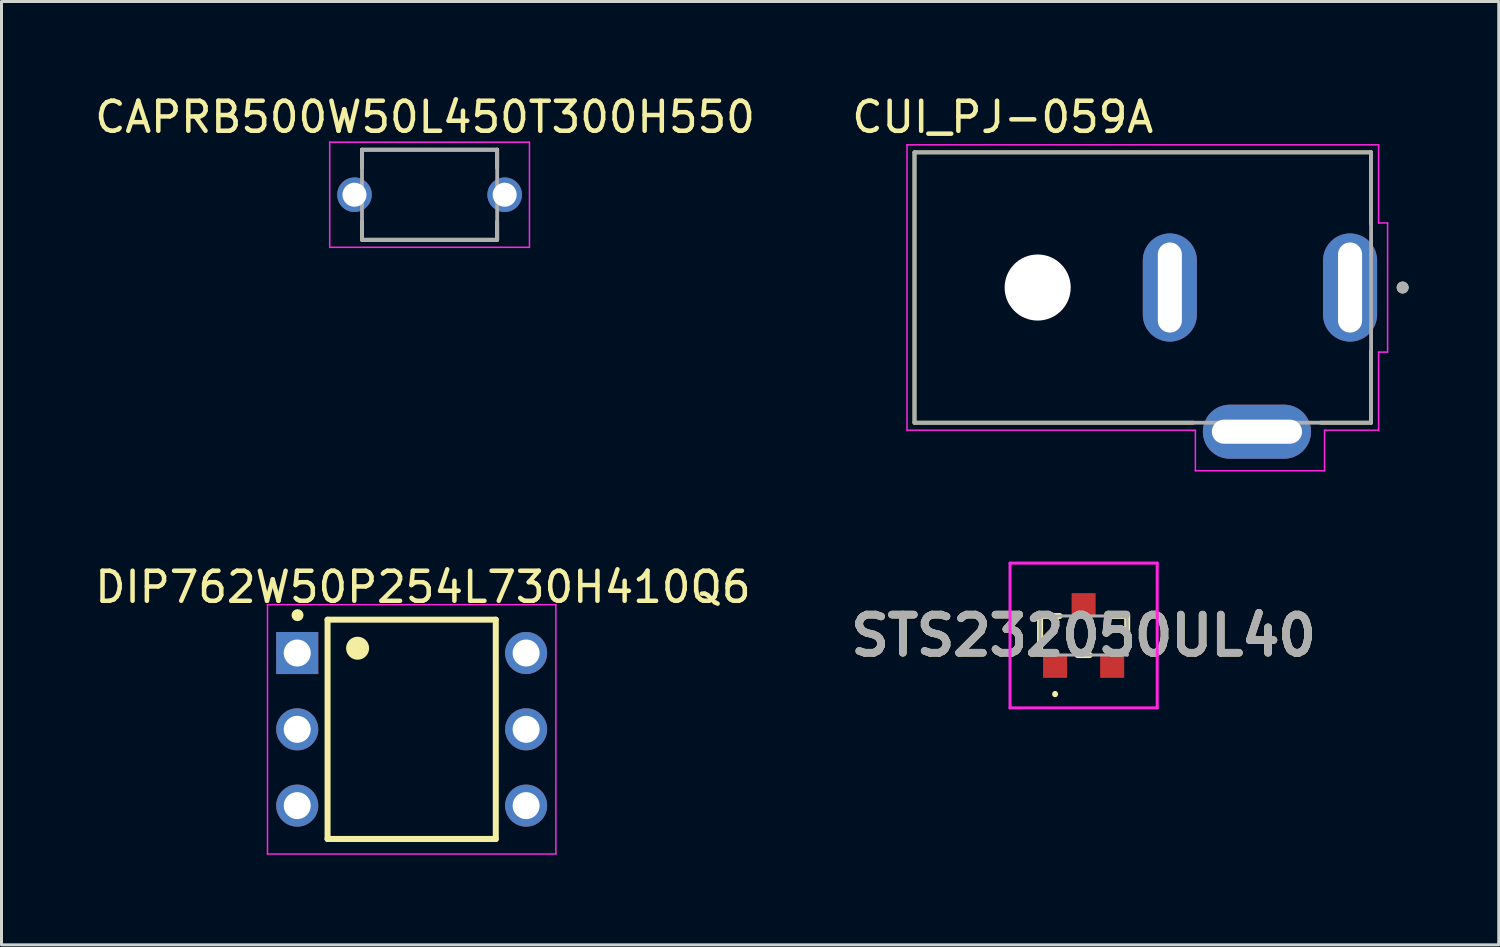
<source format=kicad_pcb>
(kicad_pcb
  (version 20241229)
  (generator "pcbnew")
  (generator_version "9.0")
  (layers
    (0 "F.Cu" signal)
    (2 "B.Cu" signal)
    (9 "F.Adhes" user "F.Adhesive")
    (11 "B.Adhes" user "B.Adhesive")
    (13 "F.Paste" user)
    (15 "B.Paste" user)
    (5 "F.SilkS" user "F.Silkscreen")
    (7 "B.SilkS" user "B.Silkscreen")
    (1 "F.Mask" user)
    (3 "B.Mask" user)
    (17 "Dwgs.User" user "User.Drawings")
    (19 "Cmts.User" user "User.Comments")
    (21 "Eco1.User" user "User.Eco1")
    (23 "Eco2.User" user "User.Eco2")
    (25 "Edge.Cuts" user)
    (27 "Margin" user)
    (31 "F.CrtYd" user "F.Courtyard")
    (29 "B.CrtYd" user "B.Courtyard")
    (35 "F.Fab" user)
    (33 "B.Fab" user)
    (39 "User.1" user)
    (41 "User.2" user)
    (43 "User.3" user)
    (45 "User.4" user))
  (footprint "STS232050UL40"
    (layer "F.Cu")
    (at 33.025 18.107)
    (property "Reference" "STS232050UL40" (at 0 0 0) (layer "F.SilkS") (effects (font (size 1.27 1.27) (thickness 0.254))))
    (attr smd)
    (fp_line (start -1.45 -0.65) (end -0.8 -0.65) (stroke (width 0.2) (type solid)) (layer "F.SilkS"))
    (fp_line (start -1.45 0.4) (end -1.45 -0.65) (stroke (width 0.2) (type solid)) (layer "F.SilkS"))
    (fp_line (start -0.95 1.9) (end -0.95 1.9) (stroke (width 0.1) (type solid)) (layer "F.SilkS"))
    (fp_line (start -0.95 2) (end -0.95 2) (stroke (width 0.1) (type solid)) (layer "F.SilkS"))
    (fp_line (start -0.2 0.65) (end 0.2 0.65) (stroke (width 0.2) (type solid)) (layer "F.SilkS"))
    (fp_line (start 0.8 -0.65) (end 1.45 -0.65) (stroke (width 0.2) (type solid)) (layer "F.SilkS"))
    (fp_line (start 1.45 -0.65) (end 1.45 0.4) (stroke (width 0.2) (type solid)) (layer "F.SilkS"))
    (fp_arc (start -0.95 1.9) (mid -0.9 1.95) (end -0.95 2) (stroke (width 0.1) (type solid)) (layer "F.SilkS"))
    (fp_arc (start -0.95 2) (mid -1 1.95) (end -0.95 1.9) (stroke (width 0.1) (type solid)) (layer "F.SilkS"))
    (fp_line (start -2.45 -2.41) (end 2.45 -2.41) (stroke (width 0.1) (type solid)) (layer "F.CrtYd"))
    (fp_line (start -2.45 2.41) (end -2.45 -2.41) (stroke (width 0.1) (type solid)) (layer "F.CrtYd"))
    (fp_line (start 2.45 -2.41) (end 2.45 2.41) (stroke (width 0.1) (type solid)) (layer "F.CrtYd"))
    (fp_line (start 2.45 2.41) (end -2.45 2.41) (stroke (width 0.1) (type solid)) (layer "F.CrtYd"))
    (fp_line (start -1.45 -0.65) (end -1.45 0.65) (stroke (width 0.1) (type solid)) (layer "F.Fab"))
    (fp_line (start -1.45 0.65) (end 1.45 0.65) (stroke (width 0.1) (type solid)) (layer "F.Fab"))
    (fp_line (start 1.45 -0.65) (end -1.45 -0.65) (stroke (width 0.1) (type solid)) (layer "F.Fab"))
    (fp_line (start 1.45 0.65) (end 1.45 -0.65) (stroke (width 0.1) (type solid)) (layer "F.Fab"))
    (fp_text user "${REFERENCE}" (at 0 0 0) (layer "F.Fab") (effects (font (size 1.27 1.27) (thickness 0.254))))
    (pad "1" smd rect (at -0.95 1.01 90) (size 0.8 0.8) (layers "F.Cu" "F.Mask" "F.Paste"))
    (pad "2" smd rect (at 0.95 1.01 90) (size 0.8 0.8) (layers "F.Cu" "F.Mask" "F.Paste"))
    (pad "3" smd rect (at 0 -1.01 90) (size 0.8 0.8) (layers "F.Cu" "F.Mask" "F.Paste")))
  (footprint "CUI_PJ-059A"
    (layer "F.Cu")
    (at 41.895 6.522)
    (property "Reference" "CUI_PJ-059A" (at -11.562 -5.673 0) (layer "F.SilkS") (effects (font (size 1.001 1.001) (thickness 0.15))))
    (attr through_hole)
    (fp_line (start -14.5 -4.5) (end 0.7 -4.5) (stroke (width 0.127) (type solid)) (layer "F.SilkS"))
    (fp_line (start -14.5 4.5) (end -14.5 -4.5) (stroke (width 0.127) (type solid)) (layer "F.SilkS"))
    (fp_line (start -5.22 4.5) (end -14.5 4.5) (stroke (width 0.127) (type solid)) (layer "F.SilkS"))
    (fp_line (start 0.7 -4.5) (end 0.7 -2.12) (stroke (width 0.127) (type solid)) (layer "F.SilkS"))
    (fp_line (start 0.7 2.12) (end 0.7 4.5) (stroke (width 0.127) (type solid)) (layer "F.SilkS"))
    (fp_line (start 0.7 4.5) (end -0.98 4.5) (stroke (width 0.127) (type solid)) (layer "F.SilkS"))
    (fp_circle (center 1.75 0) (end 1.85 0) (stroke (width 0.2) (type solid)) (fill no) (layer "F.SilkS"))
    (fp_line (start -14.75 -4.75) (end 0.95 -4.75) (stroke (width 0.05) (type solid)) (layer "F.CrtYd"))
    (fp_line (start -14.75 4.75) (end -14.75 -4.75) (stroke (width 0.05) (type solid)) (layer "F.CrtYd"))
    (fp_line (start -5.15 4.75) (end -14.75 4.75) (stroke (width 0.05) (type solid)) (layer "F.CrtYd"))
    (fp_line (start -5.15 6.1) (end -5.15 4.75) (stroke (width 0.05) (type solid)) (layer "F.CrtYd"))
    (fp_line (start -0.85 4.75) (end -0.85 6.1) (stroke (width 0.05) (type solid)) (layer "F.CrtYd"))
    (fp_line (start -0.85 6.1) (end -5.15 6.1) (stroke (width 0.05) (type solid)) (layer "F.CrtYd"))
    (fp_line (start 0.95 -4.75) (end 0.95 -2.15) (stroke (width 0.05) (type solid)) (layer "F.CrtYd"))
    (fp_line (start 0.95 2.15) (end 0.95 4.75) (stroke (width 0.05) (type solid)) (layer "F.CrtYd"))
    (fp_line (start 0.95 2.15) (end 1.25 2.15) (stroke (width 0.05) (type solid)) (layer "F.CrtYd"))
    (fp_line (start 0.95 4.75) (end -0.85 4.75) (stroke (width 0.05) (type solid)) (layer "F.CrtYd"))
    (fp_line (start 1.25 -2.15) (end 0.95 -2.15) (stroke (width 0.05) (type solid)) (layer "F.CrtYd"))
    (fp_line (start 1.25 2.15) (end 1.25 -2.15) (stroke (width 0.05) (type solid)) (layer "F.CrtYd"))
    (fp_line (start -14.5 -4.5) (end 0.7 -4.5) (stroke (width 0.127) (type solid)) (layer "F.Fab"))
    (fp_line (start -14.5 4.5) (end -14.5 -4.5) (stroke (width 0.127) (type solid)) (layer "F.Fab"))
    (fp_line (start 0.7 -4.5) (end 0.7 4.5) (stroke (width 0.127) (type solid)) (layer "F.Fab"))
    (fp_line (start 0.7 4.5) (end -14.5 4.5) (stroke (width 0.127) (type solid)) (layer "F.Fab"))
    (fp_circle (center 1.75 0) (end 1.85 0) (stroke (width 0.2) (type solid)) (fill no) (layer "F.Fab"))
    (pad "" np_thru_hole circle (at -10.4 0) (size 2.2 2.2) (drill 2.2) (layers "*.Cu" "*.Mask"))
    (pad "1" thru_hole oval (at 0 0) (size 1.8 3.6) (drill oval 0.8 3) (layers "*.Cu" "*.Mask"))
    (pad "2" thru_hole oval (at -6 0) (size 1.8 3.6) (drill oval 0.8 3) (layers "*.Cu" "*.Mask"))
    (pad "3" thru_hole oval (at -3.1 4.8) (size 3.6 1.8) (drill oval 3 0.8) (layers "*.Cu" "*.Mask")))
  (footprint "DIP762W50P254L730H410Q6"
    (layer "F.Cu")
    (at 10.655 21.23)
    (property "Reference" "DIP762W50P254L730H410Q6" (at 0.375 -4.735 0) (layer "F.SilkS") (effects (font (size 1 1) (thickness 0.15))))
    (attr through_hole)
    (fp_line (start -2.8 -3.65) (end 2.8 -3.65) (stroke (width 0.2) (type solid)) (layer "F.SilkS"))
    (fp_line (start -2.8 3.65) (end -2.8 -3.65) (stroke (width 0.2) (type solid)) (layer "F.SilkS"))
    (fp_line (start -2 -2.6) (end -1.8 -2.9) (stroke (width 0.2) (type solid)) (layer "F.SilkS"))
    (fp_line (start -2 -2.6) (end -1.8 -2.7) (stroke (width 0.2) (type solid)) (layer "F.SilkS"))
    (fp_line (start -1.8 -2.9) (end -1.6 -2.7) (stroke (width 0.2) (type solid)) (layer "F.SilkS"))
    (fp_line (start -1.7 -2.5) (end -2 -2.6) (stroke (width 0.2) (type solid)) (layer "F.SilkS"))
    (fp_line (start -1.6 -2.7) (end -1.7 -2.5) (stroke (width 0.2) (type solid)) (layer "F.SilkS"))
    (fp_line (start 2.8 -3.65) (end 2.8 3.65) (stroke (width 0.2) (type solid)) (layer "F.SilkS"))
    (fp_line (start 2.8 3.65) (end -2.8 3.65) (stroke (width 0.2) (type solid)) (layer "F.SilkS"))
    (fp_circle (center -3.8 -3.8) (end -3.7 -3.8) (stroke (width 0.2) (type solid)) (fill no) (layer "F.SilkS"))
    (fp_circle (center -1.8 -2.7) (end -1.517 -2.7) (stroke (width 0.2) (type solid)) (fill no) (layer "F.SilkS"))
    (fp_line (start -4.8 -4.15) (end 4.8 -4.15) (stroke (width 0.05) (type solid)) (layer "F.CrtYd"))
    (fp_line (start -4.8 4.15) (end -4.8 -4.15) (stroke (width 0.05) (type solid)) (layer "F.CrtYd"))
    (fp_line (start 4.8 -4.15) (end 4.8 4.15) (stroke (width 0.05) (type solid)) (layer "F.CrtYd"))
    (fp_line (start 4.8 4.15) (end -4.8 4.15) (stroke (width 0.05) (type solid)) (layer "F.CrtYd"))
    (pad "1" thru_hole rect (at -3.81 -2.54) (size 1.4 1.4) (drill 0.9) (layers "*.Cu" "*.Mask"))
    (pad "2" thru_hole circle (at -3.81 0) (size 1.4 1.4) (drill 0.9) (layers "*.Cu" "*.Mask"))
    (pad "3" thru_hole circle (at -3.81 2.54) (size 1.4 1.4) (drill 0.9) (layers "*.Cu" "*.Mask"))
    (pad "4" thru_hole circle (at 3.81 2.54) (size 1.4 1.4) (drill 0.9) (layers "*.Cu" "*.Mask"))
    (pad "5" thru_hole circle (at 3.81 0) (size 1.4 1.4) (drill 0.9) (layers "*.Cu" "*.Mask"))
    (pad "6" thru_hole circle (at 3.81 -2.54) (size 1.4 1.4) (drill 0.9) (layers "*.Cu" "*.Mask")))
  (footprint "CAPRB500W50L450T300H550"
    (layer "F.Cu")
    (at 11.251 3.433)
    (property "Reference" "CAPRB500W50L450T300H550" (at -0.15 -2.585 0) (layer "F.SilkS") (effects (font (size 1 1) (thickness 0.15))))
    (attr through_hole)
    (fp_line (start -2.25 -1.5) (end -2.25 -0.895) (stroke (width 0.127) (type solid)) (layer "F.SilkS"))
    (fp_line (start -2.25 -1.5) (end 2.25 -1.5) (stroke (width 0.127) (type solid)) (layer "F.SilkS"))
    (fp_line (start -2.25 1.5) (end -2.25 0.895) (stroke (width 0.127) (type solid)) (layer "F.SilkS"))
    (fp_line (start -2.25 1.5) (end 2.25 1.5) (stroke (width 0.127) (type solid)) (layer "F.SilkS"))
    (fp_line (start 2.25 -1.5) (end 2.25 -0.895) (stroke (width 0.127) (type solid)) (layer "F.SilkS"))
    (fp_line (start 2.25 1.5) (end 2.25 0.895) (stroke (width 0.127) (type solid)) (layer "F.SilkS"))
    (fp_line (start -3.325 -1.75) (end -3.325 1.75) (stroke (width 0.05) (type solid)) (layer "F.CrtYd"))
    (fp_line (start -3.325 -1.75) (end 3.325 -1.75) (stroke (width 0.05) (type solid)) (layer "F.CrtYd"))
    (fp_line (start 3.325 -1.75) (end 3.325 1.75) (stroke (width 0.05) (type solid)) (layer "F.CrtYd"))
    (fp_line (start 3.325 1.75) (end -3.325 1.75) (stroke (width 0.05) (type solid)) (layer "F.CrtYd"))
    (fp_line (start -2.25 -1.5) (end -2.25 1.5) (stroke (width 0.127) (type solid)) (layer "F.Fab"))
    (fp_line (start -2.25 -1.5) (end 2.25 -1.5) (stroke (width 0.127) (type solid)) (layer "F.Fab"))
    (fp_line (start 2.25 -1.5) (end 2.25 1.5) (stroke (width 0.127) (type solid)) (layer "F.Fab"))
    (fp_line (start 2.25 1.5) (end -2.25 1.5) (stroke (width 0.127) (type solid)) (layer "F.Fab"))
    (pad "1" thru_hole circle (at -2.5 0) (size 1.15 1.15) (drill 0.8) (layers "*.Cu" "*.Mask"))
    (pad "2" thru_hole circle (at 2.5 0) (size 1.15 1.15) (drill 0.8) (layers "*.Cu" "*.Mask")))
  (gr_rect
    (start -3 -3)
    (end 46.845 28.405)
    (stroke (width 0.1) (type default))
    (fill no)
    (layer "Edge.Cuts")))
</source>
